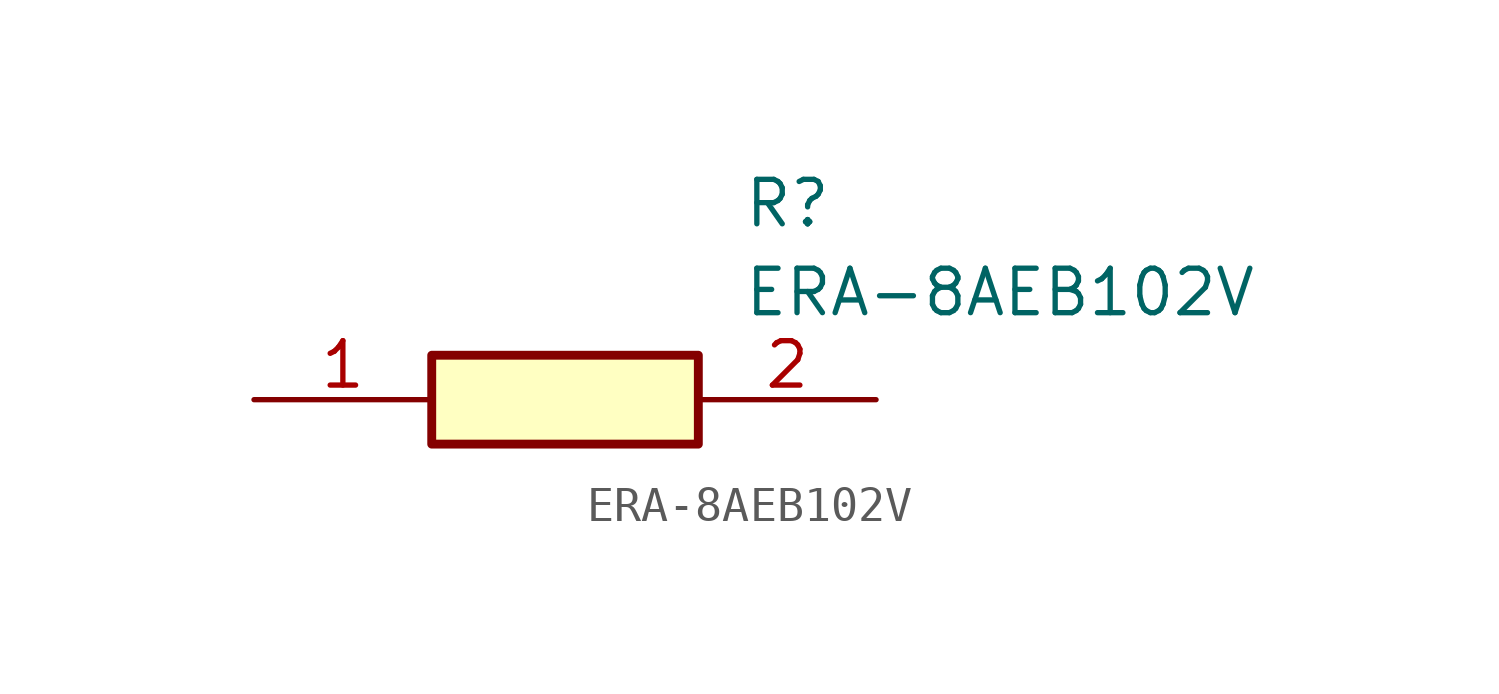
<source format=kicad_sym>
(kicad_symbol_lib
  (version 20211014)
  (generator SamacSys_ECAD_Model)
  (symbol "ERA-8AEB102V"
    (pin_names hide)
    (property "Reference" "R"
      (at 13.97 6.35 0)
      (effects (font (size 1.27 1.27)) (justify left top)))
    (property "Value" "ERA-8AEB102V"
      (at 13.97 3.81 0)
      (effects (font (size 1.27 1.27)) (justify left top)))
    (rectangle
      (start 5.08 1.27)
      (end 12.7 -1.27)
      (stroke (width 0.254) (type default))
      (fill (type background)))
    (pin passive line
      (at 0 0 0)
      (length 5.08)
      (name "1" (effects (font (size 1.27 1.27))))
      (number "1" (effects (font (size 1.27 1.27)))))
    (pin passive line
      (at 17.78 0 180)
      (length 5.08)
      (name "2" (effects (font (size 1.27 1.27))))
      (number "2" (effects (font (size 1.27 1.27)))))))
</source>
